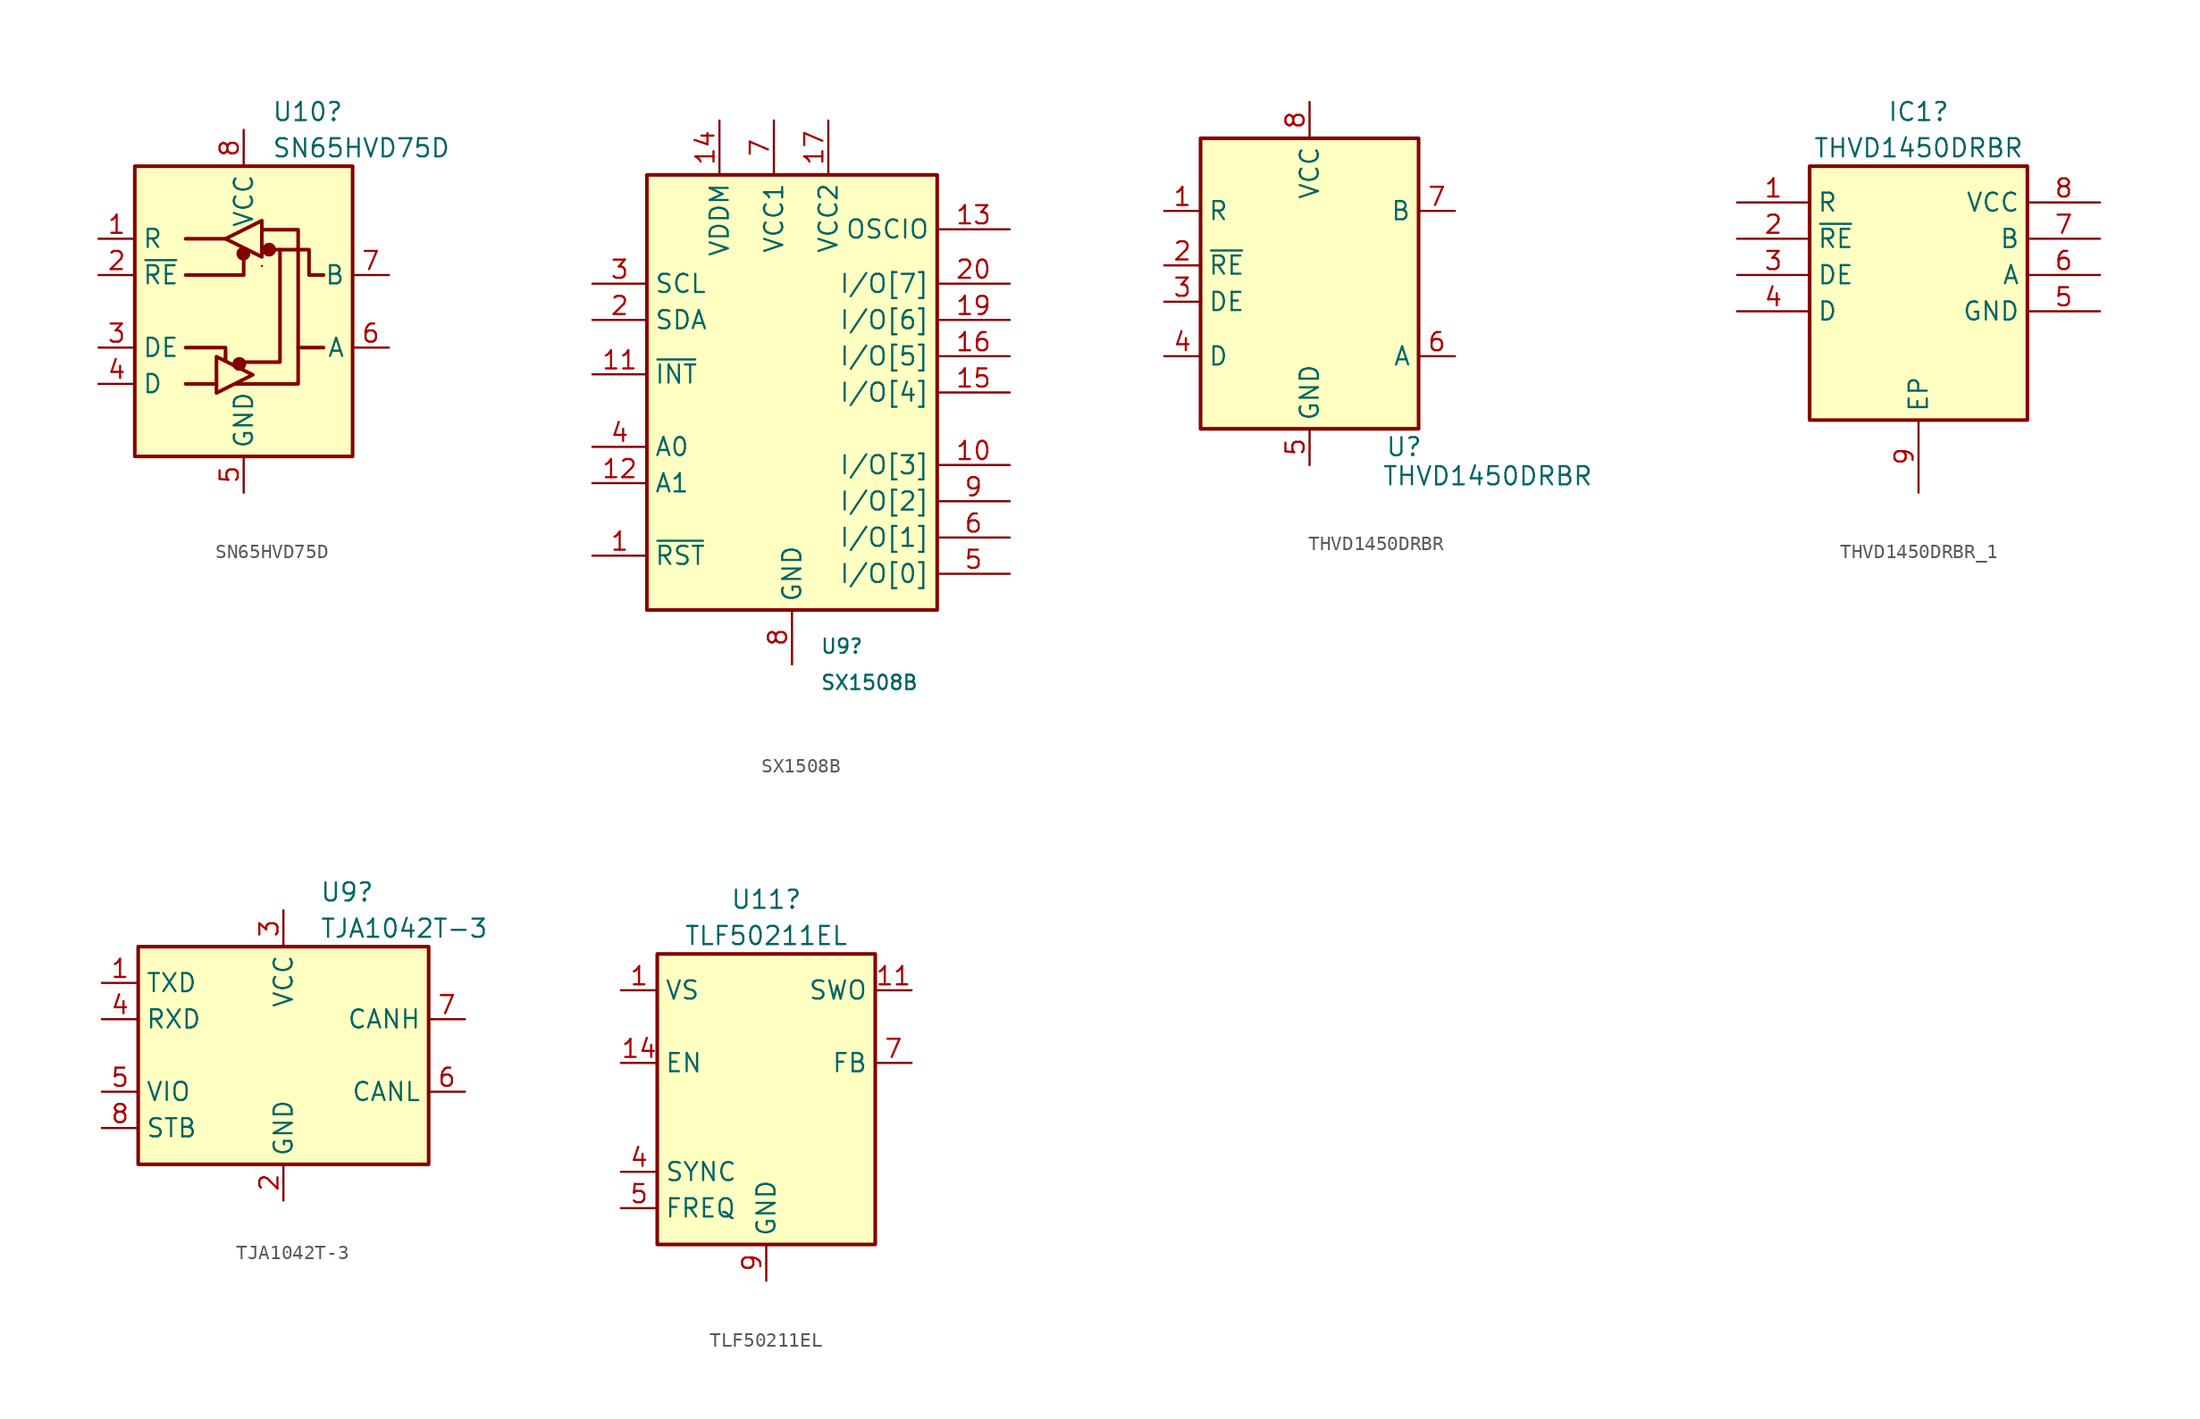
<source format=kicad_sym>
(kicad_symbol_lib
  (version 20231120)
  (generator "kicad_symbol_editor")
  (generator_version "8.0")
  (symbol "SN65HVD75D"
    (property "Reference" "U10"
      (at 1.956 13.97 0)
      (effects (font (size 1.27 1.27)) (justify left)))
    (property "Value" "SN65HVD75D"
      (at 1.956 11.43 0)
      (effects (font (size 1.27 1.27)) (justify left)))
    (symbol "SN65HVD75D_0_1"
      (rectangle (start -7.62 10.16) (end 7.62 -10.16) (stroke (width 0.254) (type default)) (fill (type background)))
      (circle (center -0.305 -3.683) (radius 0.356) (stroke (width 0.254) (type default)) (fill (type outline)))
      (circle (center -0.025 4.039) (radius 0.356) (stroke (width 0.254) (type default)) (fill (type outline)))
      (polyline (pts (xy -4.064 -5.08) (xy -1.905 -5.08)) (stroke (width 0.254) (type default)) (fill (type none)))
      (polyline (pts (xy -4.064 5.08) (xy -1.27 5.08)) (stroke (width 0.254) (type default)) (fill (type none)))
      (polyline (pts (xy -1.27 -3.2) (xy -1.27 -3.454)) (stroke (width 0.254) (type default)) (fill (type none)))
      (polyline (pts (xy -4.064 -2.54) (xy -1.27 -2.54) (xy -1.27 -3.175)) (stroke (width 0.254) (type default)) (fill (type none)))
      (polyline (pts (xy 0 3.81) (xy 0 2.54) (xy -4.064 2.54)) (stroke (width 0.254) (type default)) (fill (type none)))
      (polyline (pts (xy 1.27 5.715) (xy 3.81 5.715) (xy 3.81 -2.54)) (stroke (width 0.254) (type default)) (fill (type none)))
      (polyline (pts (xy 2.54 4.318) (xy 2.54 -3.556) (xy -0.254 -3.556)) (stroke (width 0.254) (type default)) (fill (type none)))
      (polyline (pts (xy -1.905 -3.175) (xy -1.905 -5.715) (xy 0.635 -4.445) (xy -1.905 -3.175)) (stroke (width 0.254) (type default)) (fill (type none)))
      (polyline (pts (xy -1.27 5.08) (xy 1.27 6.35) (xy 1.27 3.81) (xy -1.27 5.08)) (stroke (width 0.254) (type default)) (fill (type none)))
      (polyline (pts (xy -0.508 -5.08) (xy 3.81 -5.08) (xy 3.81 -2.54) (xy 5.588 -2.54)) (stroke (width 0.254) (type default)) (fill (type none)))
      (polyline (pts (xy 2.032 4.318) (xy 4.572 4.318) (xy 4.572 2.54) (xy 5.588 2.54)) (stroke (width 0.254) (type default)) (fill (type none)))
      (rectangle (start 1.27 3.175) (end 1.27 3.175) (stroke (width 0) (type default)) (fill (type none)))
      (circle (center 1.778 4.318) (radius 0.356) (stroke (width 0.254) (type default)) (fill (type outline))))
    (symbol "SN65HVD75D_1_1"
      (pin output line (at -10.16 5.08 0) (length 2.54) (name "R" (effects (font (size 1.27 1.27)))) (number "1" (effects (font (size 1.27 1.27)))))
      (pin input line (at -10.16 2.54 0) (length 2.54) (name "~{RE}" (effects (font (size 1.27 1.27)))) (number "2" (effects (font (size 1.27 1.27)))))
      (pin input line (at -10.16 -2.54 0) (length 2.54) (name "DE" (effects (font (size 1.27 1.27)))) (number "3" (effects (font (size 1.27 1.27)))))
      (pin input line (at -10.16 -5.08 0) (length 2.54) (name "D" (effects (font (size 1.27 1.27)))) (number "4" (effects (font (size 1.27 1.27)))))
      (pin power_in line (at 0 -12.7 90) (length 2.54) (name "GND" (effects (font (size 1.27 1.27)))) (number "5" (effects (font (size 1.27 1.27)))))
      (pin bidirectional line (at 10.16 -2.54 180) (length 2.54) (name "A" (effects (font (size 1.27 1.27)))) (number "6" (effects (font (size 1.27 1.27)))))
      (pin bidirectional line (at 10.16 2.54 180) (length 2.54) (name "B" (effects (font (size 1.27 1.27)))) (number "7" (effects (font (size 1.27 1.27)))))
      (pin power_in line (at 0 12.7 270) (length 2.54) (name "VCC" (effects (font (size 1.27 1.27)))) (number "8" (effects (font (size 1.27 1.27)))))))
  (symbol "SX1508B"
    (property "Reference" "U9"
      (at 1.956 -17.78 0)
      (effects (font (size 1 1)) (justify left)))
    (property "Value" "SX1508B"
      (at 1.956 -20.32 0)
      (effects (font (size 1 1)) (justify left)))
    (symbol "SX1508B_0_1"
      (rectangle (start -10.16 15.24) (end 10.16 -15.24) (stroke (width 0.254) (type default)) (fill (type background))))
    (symbol "SX1508B_1_0"
      (pin bidirectional line (at 15.24 -5.08 180) (length 5.08) (name "I/O[3]" (effects (font (size 1.27 1.27)))) (number "10" (effects (font (size 1.27 1.27)))))
      (pin bidirectional line (at 15.24 11.43 180) (length 5.08) (name "OSCIO" (effects (font (size 1.27 1.27)))) (number "13" (effects (font (size 1.27 1.27)))))
      (pin bidirectional line (at 15.24 0 180) (length 5.08) (name "I/O[4]" (effects (font (size 1.27 1.27)))) (number "15" (effects (font (size 1.27 1.27)))))
      (pin bidirectional line (at 15.24 2.54 180) (length 5.08) (name "I/O[5]" (effects (font (size 1.27 1.27)))) (number "16" (effects (font (size 1.27 1.27)))))
      (pin bidirectional line (at 15.24 5.08 180) (length 5.08) (name "I/O[6]" (effects (font (size 1.27 1.27)))) (number "19" (effects (font (size 1.27 1.27)))))
      (pin bidirectional line (at 15.24 7.62 180) (length 5.08) (name "I/O[7]" (effects (font (size 1.27 1.27)))) (number "20" (effects (font (size 1.27 1.27)))))
      (pin bidirectional line (at 15.24 -12.7 180) (length 5.08) (name "I/O[0]" (effects (font (size 1.27 1.27)))) (number "5" (effects (font (size 1.27 1.27)))))
      (pin bidirectional line (at 15.24 -10.16 180) (length 5.08) (name "I/O[1]" (effects (font (size 1.27 1.27)))) (number "6" (effects (font (size 1.27 1.27)))))
      (pin bidirectional line (at 15.24 -7.62 180) (length 5.08) (name "I/O[2]" (effects (font (size 1.27 1.27)))) (number "9" (effects (font (size 1.27 1.27))))))
    (symbol "SX1508B_1_1"
      (pin input line (at -13.97 -11.43 0) (length 3.81) (name "~{RST}" (effects (font (size 1.27 1.27)))) (number "1" (effects (font (size 1.27 1.27)))))
      (pin open_collector line (at -13.97 1.27 0) (length 3.81) (name "~{INT}" (effects (font (size 1.27 1.27)))) (number "11" (effects (font (size 1.27 1.27)))))
      (pin input line (at -13.97 -6.35 0) (length 3.81) (name "A1" (effects (font (size 1.27 1.27)))) (number "12" (effects (font (size 1.27 1.27)))))
      (pin power_in line (at -5.08 19.05 270) (length 3.81) (name "VDDM" (effects (font (size 1.27 1.27)))) (number "14" (effects (font (size 1.27 1.27)))))
      (pin power_in line (at 2.54 19.05 270) (length 3.81) (name "VCC2" (effects (font (size 1.27 1.27)))) (number "17" (effects (font (size 1.27 1.27)))))
      (pin passive line (at 0 -19.05 90) (length 3.81) hide (name "GND" (effects (font (size 1.27 1.27)))) (number "18" (effects (font (size 1.27 1.27)))))
      (pin bidirectional line (at -13.97 5.08 0) (length 3.81) (name "SDA" (effects (font (size 1.27 1.27)))) (number "2" (effects (font (size 1.27 1.27)))))
      (pin passive line (at 0 -19.05 90) (length 3.81) hide (name "GND" (effects (font (size 1.27 1.27)))) (number "21" (effects (font (size 1.27 1.27)))))
      (pin input line (at -13.97 7.62 0) (length 3.81) (name "SCL" (effects (font (size 1.27 1.27)))) (number "3" (effects (font (size 1.27 1.27)))))
      (pin input line (at -13.97 -3.81 0) (length 3.81) (name "A0" (effects (font (size 1.27 1.27)))) (number "4" (effects (font (size 1.27 1.27)))))
      (pin power_in line (at -1.27 19.05 270) (length 3.81) (name "VCC1" (effects (font (size 1.27 1.27)))) (number "7" (effects (font (size 1.27 1.27)))))
      (pin power_in line (at 0 -19.05 90) (length 3.81) (name "GND" (effects (font (size 1.27 1.27)))) (number "8" (effects (font (size 1.27 1.27)))))))
  (symbol "THVD1450DRBR"
    (property "Reference" "U"
      (at 6.604 -11.43 0)
      (effects (font (size 1.27 1.27))))
    (property "Value" "THVD1450DRBR"
      (at 12.446 -13.462 0)
      (effects (font (size 1.27 1.27))))
    (symbol "THVD1450DRBR_1_1"
      (rectangle (start -7.62 10.16) (end 7.62 -10.16) (stroke (width 0.254) (type default)) (fill (type background)))
      (pin passive line (at -10.16 5.08 0) (length 2.54) (name "R" (effects (font (size 1.27 1.27)))) (number "1" (effects (font (size 1.27 1.27)))))
      (pin passive line (at -10.16 1.27 0) (length 2.54) (name "~{RE}" (effects (font (size 1.27 1.27)))) (number "2" (effects (font (size 1.27 1.27)))))
      (pin passive line (at -10.16 -1.27 0) (length 2.54) (name "DE" (effects (font (size 1.27 1.27)))) (number "3" (effects (font (size 1.27 1.27)))))
      (pin passive line (at -10.16 -5.08 0) (length 2.54) (name "D" (effects (font (size 1.27 1.27)))) (number "4" (effects (font (size 1.27 1.27)))))
      (pin power_in line (at 0 -12.7 90) (length 2.54) (name "GND" (effects (font (size 1.27 1.27)))) (number "5" (effects (font (size 1.27 1.27)))))
      (pin passive line (at 10.16 -5.08 180) (length 2.54) (name "A" (effects (font (size 1.27 1.27)))) (number "6" (effects (font (size 1.27 1.27)))))
      (pin passive line (at 10.16 5.08 180) (length 2.54) (name "B" (effects (font (size 1.27 1.27)))) (number "7" (effects (font (size 1.27 1.27)))))
      (pin power_in line (at 0 12.7 270) (length 2.54) (name "VCC" (effects (font (size 1.27 1.27)))) (number "8" (effects (font (size 1.27 1.27)))))
      (pin passive line (at 0 -12.7 90) (length 2.54) hide (name "EP" (effects (font (size 1.27 1.27)))) (number "9" (effects (font (size 1.27 1.27)))))))
  (symbol "THVD1450DRBR_1"
    (property "Reference" "IC1"
      (at 12.7 6.35 0)
      (effects (font (size 1.27 1.27))))
    (property "Value" "THVD1450DRBR"
      (at 12.7 3.81 0)
      (effects (font (size 1.27 1.27))))
    (symbol "THVD1450DRBR_1_1_1"
      (rectangle (start 5.08 2.54) (end 20.32 -15.24) (stroke (width 0.254) (type default)) (fill (type background)))
      (pin passive line (at 0 0 0) (length 5.08) (name "R" (effects (font (size 1.27 1.27)))) (number "1" (effects (font (size 1.27 1.27)))))
      (pin passive line (at 0 -2.54 0) (length 5.08) (name "~{RE}" (effects (font (size 1.27 1.27)))) (number "2" (effects (font (size 1.27 1.27)))))
      (pin passive line (at 0 -5.08 0) (length 5.08) (name "DE" (effects (font (size 1.27 1.27)))) (number "3" (effects (font (size 1.27 1.27)))))
      (pin passive line (at 0 -7.62 0) (length 5.08) (name "D" (effects (font (size 1.27 1.27)))) (number "4" (effects (font (size 1.27 1.27)))))
      (pin passive line (at 25.4 -7.62 180) (length 5.08) (name "GND" (effects (font (size 1.27 1.27)))) (number "5" (effects (font (size 1.27 1.27)))))
      (pin passive line (at 25.4 -5.08 180) (length 5.08) (name "A" (effects (font (size 1.27 1.27)))) (number "6" (effects (font (size 1.27 1.27)))))
      (pin passive line (at 25.4 -2.54 180) (length 5.08) (name "B" (effects (font (size 1.27 1.27)))) (number "7" (effects (font (size 1.27 1.27)))))
      (pin passive line (at 25.4 0 180) (length 5.08) (name "VCC" (effects (font (size 1.27 1.27)))) (number "8" (effects (font (size 1.27 1.27)))))
      (pin passive line (at 12.7 -20.32 90) (length 5.08) (name "EP" (effects (font (size 1.27 1.27)))) (number "9" (effects (font (size 1.27 1.27)))))))
  (symbol "TJA1042T-3"
    (property "Reference" "U9"
      (at 2.54 11.43 0)
      (effects (font (size 1.27 1.27)) (justify left)))
    (property "Value" "TJA1042T-3"
      (at 2.54 8.89 0)
      (effects (font (size 1.27 1.27)) (justify left)))
    (symbol "TJA1042T-3_0_1"
      (rectangle (start -10.16 7.62) (end 10.16 -7.62) (stroke (width 0.254) (type default)) (fill (type background))))
    (symbol "TJA1042T-3_1_1"
      (pin input line (at -12.7 5.08 0) (length 2.54) (name "TXD" (effects (font (size 1.27 1.27)))) (number "1" (effects (font (size 1.27 1.27)))))
      (pin power_in line (at 0 -10.16 90) (length 2.54) (name "GND" (effects (font (size 1.27 1.27)))) (number "2" (effects (font (size 1.27 1.27)))))
      (pin power_in line (at 0 10.16 270) (length 2.54) (name "VCC" (effects (font (size 1.27 1.27)))) (number "3" (effects (font (size 1.27 1.27)))))
      (pin output line (at -12.7 2.54 0) (length 2.54) (name "RXD" (effects (font (size 1.27 1.27)))) (number "4" (effects (font (size 1.27 1.27)))))
      (pin power_in line (at -12.7 -2.54 0) (length 2.54) (name "VIO" (effects (font (size 1.27 1.27)))) (number "5" (effects (font (size 1.27 1.27)))))
      (pin bidirectional line (at 12.7 -2.54 180) (length 2.54) (name "CANL" (effects (font (size 1.27 1.27)))) (number "6" (effects (font (size 1.27 1.27)))))
      (pin bidirectional line (at 12.7 2.54 180) (length 2.54) (name "CANH" (effects (font (size 1.27 1.27)))) (number "7" (effects (font (size 1.27 1.27)))))
      (pin input line (at -12.7 -5.08 0) (length 2.54) (name "STB" (effects (font (size 1.27 1.27)))) (number "8" (effects (font (size 1.27 1.27)))))))
  (symbol "TLF50211EL"
    (property "Reference" "U11"
      (at 0 13.97 0)
      (effects (font (size 1.27 1.27))))
    (property "Value" "TLF50211EL"
      (at 0 11.43 0)
      (effects (font (size 1.27 1.27))))
    (symbol "TLF50211EL_0_1"
      (rectangle (start -7.62 10.16) (end 7.62 -10.16) (stroke (width 0.254) (type default)) (fill (type background))))
    (symbol "TLF50211EL_1_1"
      (pin power_in line (at -10.16 7.62 0) (length 2.54) (name "VS" (effects (font (size 1.27 1.27)))) (number "1" (effects (font (size 1.27 1.27)))))
      (pin passive line (at 0 -12.7 90) (length 2.54) hide (name "GND" (effects (font (size 1.27 1.27)))) (number "10" (effects (font (size 1.27 1.27)))))
      (pin passive line (at 10.16 7.62 180) (length 2.54) (name "SWO" (effects (font (size 1.27 1.27)))) (number "11" (effects (font (size 1.27 1.27)))))
      (pin passive line (at -10.16 2.54 0) (length 2.54) (name "EN" (effects (font (size 1.27 1.27)))) (number "14" (effects (font (size 1.27 1.27)))))
      (pin passive line (at -10.16 -5.08 0) (length 2.54) (name "SYNC" (effects (font (size 1.27 1.27)))) (number "4" (effects (font (size 1.27 1.27)))))
      (pin passive line (at -10.16 -7.62 0) (length 2.54) (name "FREQ" (effects (font (size 1.27 1.27)))) (number "5" (effects (font (size 1.27 1.27)))))
      (pin passive line (at 10.16 2.54 180) (length 2.54) (name "FB" (effects (font (size 1.27 1.27)))) (number "7" (effects (font (size 1.27 1.27)))))
      (pin passive line (at 0 -12.7 90) (length 2.54) (name "GND" (effects (font (size 1.27 1.27)))) (number "9" (effects (font (size 1.27 1.27))))))))
</source>
